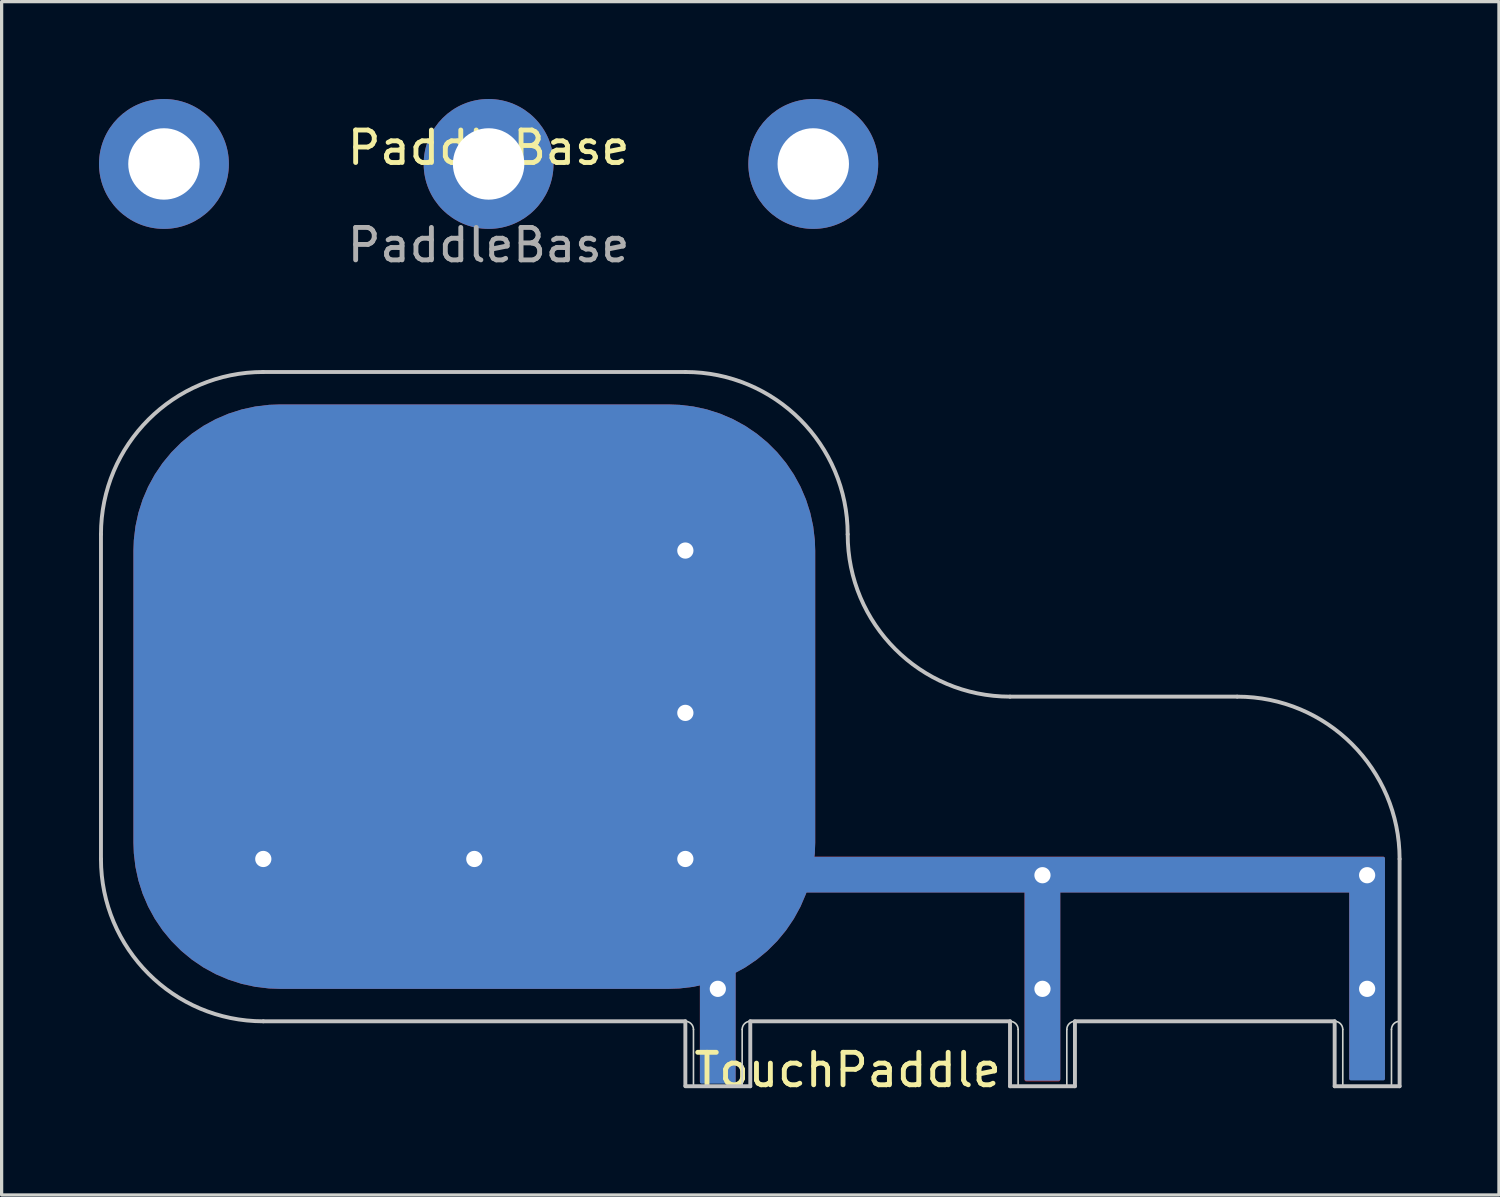
<source format=kicad_pcb>
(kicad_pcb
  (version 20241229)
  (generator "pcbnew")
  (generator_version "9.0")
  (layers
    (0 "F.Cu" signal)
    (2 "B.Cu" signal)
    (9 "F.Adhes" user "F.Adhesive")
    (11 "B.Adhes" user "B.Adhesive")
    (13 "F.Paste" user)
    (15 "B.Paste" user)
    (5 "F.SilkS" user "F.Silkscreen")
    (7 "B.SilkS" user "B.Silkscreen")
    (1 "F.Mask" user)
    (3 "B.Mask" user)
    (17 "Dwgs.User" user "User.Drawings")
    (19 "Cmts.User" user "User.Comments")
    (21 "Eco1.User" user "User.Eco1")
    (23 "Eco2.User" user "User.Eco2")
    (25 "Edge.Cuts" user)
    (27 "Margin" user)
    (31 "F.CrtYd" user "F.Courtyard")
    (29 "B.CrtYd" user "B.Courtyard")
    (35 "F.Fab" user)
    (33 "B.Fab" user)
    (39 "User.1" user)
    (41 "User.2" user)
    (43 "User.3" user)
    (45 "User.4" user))
  (footprint "PaddleBase"
    (layer "F.Cu")
    (at 12 2)
    (property "Reference" "PaddleBase" (at 0 -0.5 0) (unlocked yes) (layer "F.SilkS") (effects (font (size 1 1) (thickness 0.15))))
    (fp_text user "${REFERENCE}" (at 0 2.5 0) (unlocked yes) (layer "F.Fab") (effects (font (size 1 1) (thickness 0.15))))
    (pad "1" thru_hole circle (at -10 0) (size 4 4) (drill 2.2) (layers "*.Cu" "*.Mask"))
    (pad "1" thru_hole circle (at 0 0) (size 4 4) (drill 2.2) (layers "*.Cu" "*.Mask"))
    (pad "1" thru_hole circle (at 10 0) (size 4 4) (drill 2.2) (layers "*.Cu" "*.Mask")))
  (footprint "TouchPaddle"
    (layer "F.Cu")
    (at 23.56 30.408)
    (property "Reference" "TouchPaddle" (at -0.5 -0.5 0) (unlocked yes) (layer "F.SilkS") (effects (font (size 1 1) (thickness 0.15))))
    (fp_poly (pts (xy 15.997 -0.24) (xy 14.997 -0.24) (xy 14.997 -6.021) (xy 5.997 -6.021) (xy 5.997 -0.2) (xy 4.997 -0.2) (xy 4.997 -6.021) (xy -4.003 -6.021) (xy -4.003 -0.15) (xy -5.003 -0.15) (xy -5.003 -6.021) (xy -8.503 -6.021) (xy -8.503 -7.021) (xy 15.997 -7.021)) (stroke (width 0.1) (type solid)) (fill yes) (layer "F.Cu"))
    (fp_rect (start -5.02 -2.97) (end -3.99 -0.1) (stroke (width 0.1) (type solid)) (fill yes) (layer "F.Mask"))
    (fp_rect (start 5 -2.97) (end 6.04 -0.16) (stroke (width 0.1) (type solid)) (fill yes) (layer "F.Mask"))
    (fp_rect (start 15 -2.96) (end 16.03 -0.22) (stroke (width 0.1) (type solid)) (fill yes) (layer "F.Mask"))
    (fp_poly (pts (xy 15.999 -0.23) (xy 14.999 -0.23) (xy 14.999 -6.017) (xy 5.999 -6.017) (xy 5.999 -0.22) (xy 4.999 -0.22) (xy 4.999 -6.017) (xy -4.001 -6.017) (xy -4.001 -0.13) (xy -5.001 -0.13) (xy -5.001 -6.017) (xy -8.501 -6.017) (xy -8.501 -7.017) (xy 15.999 -7.017)) (stroke (width 0.1) (type solid)) (fill yes) (layer "B.Cu"))
    (fp_rect (start -5.04 -2.96) (end -3.96 -0.09) (stroke (width 0.1) (type solid)) (fill yes) (layer "B.Mask"))
    (fp_rect (start 4.95 -2.96) (end 6.04 -0.17) (stroke (width 0.1) (type solid)) (fill yes) (layer "B.Mask"))
    (fp_rect (start 15 -2.96) (end 16.03 -0.21) (stroke (width 0.1) (type solid)) (fill yes) (layer "B.Mask"))
    (fp_line (start -23.5 -7) (end -23.5 -17) (stroke (width 0.12) (type solid)) (layer "Dwgs.User"))
    (fp_line (start -18.5 -22) (end -5.5 -22) (stroke (width 0.12) (type solid)) (layer "Dwgs.User"))
    (fp_line (start -5.5 -2) (end -18.5 -2) (stroke (width 0.12) (type solid)) (layer "Dwgs.User"))
    (fp_line (start -5.5 -0.018) (end -5.5 -2) (stroke (width 0.12) (type solid)) (layer "Dwgs.User"))
    (fp_line (start -5.5 0) (end -3.5 0) (stroke (width 0.12) (type solid)) (layer "Dwgs.User"))
    (fp_line (start -3.5 -2) (end -3.5 0) (stroke (width 0.12) (type solid)) (layer "Dwgs.User"))
    (fp_line (start 4.5 -12) (end 11.5 -12) (stroke (width 0.12) (type solid)) (layer "Dwgs.User"))
    (fp_line (start 4.5 -2) (end -3.5 -2) (stroke (width 0.12) (type solid)) (layer "Dwgs.User"))
    (fp_line (start 4.5 0) (end 4.5 -2) (stroke (width 0.12) (type solid)) (layer "Dwgs.User"))
    (fp_line (start 4.5 0) (end 6.5 0) (stroke (width 0.12) (type solid)) (layer "Dwgs.User"))
    (fp_line (start 6.5 -2) (end 6.5 0) (stroke (width 0.12) (type solid)) (layer "Dwgs.User"))
    (fp_line (start 14.5 -2) (end 6.5 -2) (stroke (width 0.12) (type solid)) (layer "Dwgs.User"))
    (fp_line (start 14.5 0) (end 14.5 -2) (stroke (width 0.12) (type solid)) (layer "Dwgs.User"))
    (fp_line (start 14.5 0) (end 16.5 0) (stroke (width 0.12) (type solid)) (layer "Dwgs.User"))
    (fp_line (start 16.5 -7) (end 16.5 0) (stroke (width 0.12) (type solid)) (layer "Dwgs.User"))
    (fp_arc (start -23.5 -17) (mid -22.035534 -20.535534) (end -18.5 -22) (stroke (width 0.12) (type solid)) (layer "Dwgs.User"))
    (fp_arc (start -18.5 -2) (mid -22.035534 -3.464466) (end -23.5 -7) (stroke (width 0.12) (type solid)) (layer "Dwgs.User"))
    (fp_arc (start -5.5 -22) (mid -1.964466 -20.535534) (end -0.5 -17) (stroke (width 0.12) (type solid)) (layer "Dwgs.User"))
    (fp_arc (start 4.5 -12) (mid 0.964466 -13.464466) (end -0.5 -17) (stroke (width 0.12) (type solid)) (layer "Dwgs.User"))
    (fp_arc (start 11.5 -12) (mid 15.035534 -10.535534) (end 16.5 -7) (stroke (width 0.12) (type solid)) (layer "Dwgs.User"))
    (fp_line (start -23.5 -17) (end -23.5 -7) (stroke (width 0.05) (type solid)) (layer "Edge.Cuts"))
    (fp_line (start -18.5 -22) (end -5.5 -22) (stroke (width 0.05) (type solid)) (layer "Edge.Cuts"))
    (fp_line (start -5.5 -2) (end -18.5 -2) (stroke (width 0.05) (type solid)) (layer "Edge.Cuts"))
    (fp_line (start -5.25 0) (end -5.25 -1.75) (stroke (width 0.05) (type solid)) (layer "Edge.Cuts"))
    (fp_line (start -3.75 -1.75) (end -3.75 0) (stroke (width 0.05) (type solid)) (layer "Edge.Cuts"))
    (fp_line (start -3.75 0) (end -5.25 0) (stroke (width 0.05) (type solid)) (layer "Edge.Cuts"))
    (fp_line (start 4.5 -12) (end 11.5 -12) (stroke (width 0.05) (type solid)) (layer "Edge.Cuts"))
    (fp_line (start 4.5 -2) (end -3.5 -2) (stroke (width 0.05) (type solid)) (layer "Edge.Cuts"))
    (fp_line (start 4.75 0) (end 4.75 -1.75) (stroke (width 0.05) (type solid)) (layer "Edge.Cuts"))
    (fp_line (start 6.25 -1.75) (end 6.25 0) (stroke (width 0.05) (type solid)) (layer "Edge.Cuts"))
    (fp_line (start 6.25 0) (end 4.75 0) (stroke (width 0.05) (type solid)) (layer "Edge.Cuts"))
    (fp_line (start 6.5 -2) (end 14.5 -2) (stroke (width 0.05) (type solid)) (layer "Edge.Cuts"))
    (fp_line (start 14.75 0) (end 14.75 -1.75) (stroke (width 0.05) (type solid)) (layer "Edge.Cuts"))
    (fp_line (start 16.25 -1.75) (end 16.25 0) (stroke (width 0.05) (type solid)) (layer "Edge.Cuts"))
    (fp_line (start 16.25 0) (end 14.75 0) (stroke (width 0.05) (type solid)) (layer "Edge.Cuts"))
    (fp_line (start 16.5 -7) (end 16.5 -2) (stroke (width 0.05) (type solid)) (layer "Edge.Cuts"))
    (fp_arc (start -23.5 -17) (mid -22.035534 -20.535534) (end -18.5 -22) (stroke (width 0.05) (type solid)) (layer "Edge.Cuts"))
    (fp_arc (start -18.5 -2) (mid -22.035534 -3.464466) (end -23.5 -7) (stroke (width 0.05) (type solid)) (layer "Edge.Cuts"))
    (fp_arc (start -5.5 -22) (mid -1.964466 -20.535534) (end -0.5 -17) (stroke (width 0.05) (type solid)) (layer "Edge.Cuts"))
    (fp_arc (start -5.5 -2) (mid -5.323223 -1.926777) (end -5.25 -1.75) (stroke (width 0.05) (type solid)) (layer "Edge.Cuts"))
    (fp_arc (start -3.75 -1.75) (mid -3.676777 -1.926777) (end -3.5 -2) (stroke (width 0.05) (type solid)) (layer "Edge.Cuts"))
    (fp_arc (start 4.5 -12) (mid 0.964466 -13.464466) (end -0.5 -17) (stroke (width 0.05) (type solid)) (layer "Edge.Cuts"))
    (fp_arc (start 4.5 -2) (mid 4.676777 -1.926777) (end 4.75 -1.75) (stroke (width 0.05) (type solid)) (layer "Edge.Cuts"))
    (fp_arc (start 6.25 -1.75) (mid 6.323223 -1.926777) (end 6.5 -2) (stroke (width 0.05) (type solid)) (layer "Edge.Cuts"))
    (fp_arc (start 11.5 -12) (mid 15.035534 -10.535534) (end 16.5 -7) (stroke (width 0.05) (type solid)) (layer "Edge.Cuts"))
    (fp_arc (start 14.5 -2) (mid 14.676777 -1.926777) (end 14.75 -1.75) (stroke (width 0.05) (type solid)) (layer "Edge.Cuts"))
    (fp_arc (start 16.25 -1.75) (mid 16.323223 -1.926777) (end 16.5 -2) (stroke (width 0.05) (type solid)) (layer "Edge.Cuts"))
    (pad "1" thru_hole circle (at -18.5 -7) (size 1 1) (drill 0.5) (layers "*.Cu" "*.Mask"))
    (pad "1" smd roundrect (at -12 -12) (size 21 18) (layers "F.Cu" "F.Mask") (roundrect_rratio 0.25))
    (pad "1" smd roundrect (at -12 -12) (size 21 18) (layers "B.Cu" "B.Mask") (roundrect_rratio 0.25))
    (pad "1" thru_hole circle (at -12 -7) (size 1 1) (drill 0.5) (layers "*.Cu" "*.Mask"))
    (pad "1" thru_hole circle (at -5.5 -16.5) (size 1 1) (drill 0.5) (layers "*.Cu" "*.Mask"))
    (pad "1" thru_hole circle (at -5.5 -11.5) (size 1 1) (drill 0.5) (layers "*.Cu" "*.Mask"))
    (pad "1" thru_hole circle (at -5.5 -7) (size 1 1) (drill 0.5) (layers "*.Cu" "*.Mask"))
    (pad "1" thru_hole circle (at -4.5 -3) (size 1 1) (drill 0.5) (layers "*.Cu" "*.Mask"))
    (pad "1" thru_hole circle (at 5.5 -6.5) (size 1 1) (drill 0.5) (layers "*.Cu" "*.Mask"))
    (pad "1" thru_hole circle (at 5.5 -3) (size 1 1) (drill 0.5) (layers "*.Cu" "*.Mask"))
    (pad "1" thru_hole circle (at 15.5 -6.5) (size 1 1) (drill 0.5) (layers "*.Cu" "*.Mask"))
    (pad "1" thru_hole circle (at 15.5 -3) (size 1 1) (drill 0.5) (layers "*.Cu" "*.Mask")))
  (gr_rect
    (start -3 -3)
    (end 43.12 33.757)
    (stroke (width 0.1) (type default))
    (fill no)
    (layer "Edge.Cuts")))
</source>
